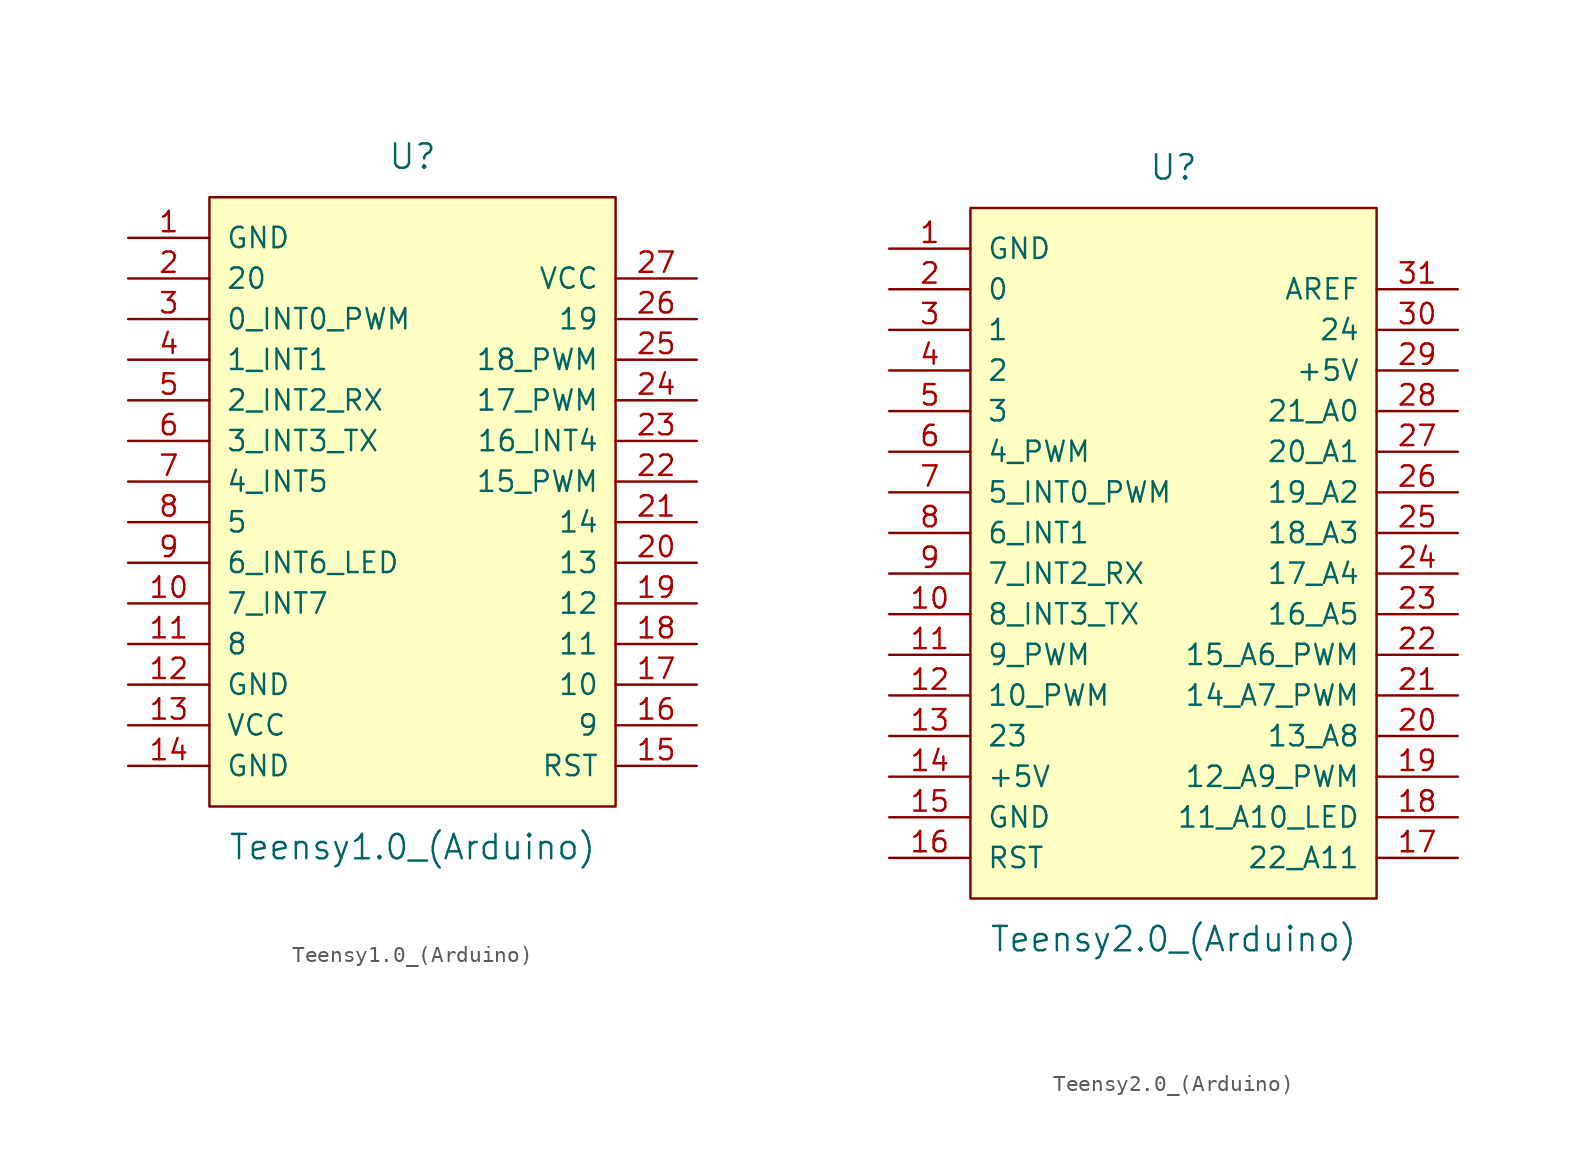
<source format=kicad_sym>
(kicad_symbol_lib
  (version 20211014)
  (generator kicad_symbol_editor)
  (symbol "Teensy1.0_(Arduino)"
    (pin_names
      (offset 1.016))
    (property "Reference" "U"
      (at 0 21.59 0)
      (effects (font (size 1.524 1.524))))
    (property "Value" "Teensy1.0_(Arduino)"
      (at 0 -21.59 0)
      (effects (font (size 1.524 1.524))))
    (property "Footprint" ""
      (at 2.54 -21.59 0)
      (effects (font (size 1.524 1.524))))
    (property "Datasheet" ""
      (at 2.54 -21.59 0)
      (effects (font (size 1.524 1.524))))
    (symbol "Teensy1.0_(Arduino)_0_1"
      (rectangle (start -12.7 19.05) (end 12.7 -19.05) (stroke (width 0) (type default) (color 0 0 0 0)) (fill (type background))))
    (symbol "Teensy1.0_(Arduino)_1_1"
      (pin power_in line (at -17.78 16.51 0) (length 5.08) (name "GND" (effects (font (size 1.27 1.27)))) (number "1" (effects (font (size 1.27 1.27)))))
      (pin bidirectional line (at -17.78 -6.35 0) (length 5.08) (name "7_INT7" (effects (font (size 1.27 1.27)))) (number "10" (effects (font (size 1.27 1.27)))))
      (pin bidirectional line (at -17.78 -8.89 0) (length 5.08) (name "8" (effects (font (size 1.27 1.27)))) (number "11" (effects (font (size 1.27 1.27)))))
      (pin power_in line (at -17.78 -11.43 0) (length 5.08) (name "GND" (effects (font (size 1.27 1.27)))) (number "12" (effects (font (size 1.27 1.27)))))
      (pin power_in line (at -17.78 -13.97 0) (length 5.08) (name "VCC" (effects (font (size 1.27 1.27)))) (number "13" (effects (font (size 1.27 1.27)))))
      (pin power_in line (at -17.78 -16.51 0) (length 5.08) (name "GND" (effects (font (size 1.27 1.27)))) (number "14" (effects (font (size 1.27 1.27)))))
      (pin input line (at 17.78 -16.51 180) (length 5.08) (name "RST" (effects (font (size 1.27 1.27)))) (number "15" (effects (font (size 1.27 1.27)))))
      (pin bidirectional line (at 17.78 -13.97 180) (length 5.08) (name "9" (effects (font (size 1.27 1.27)))) (number "16" (effects (font (size 1.27 1.27)))))
      (pin bidirectional line (at 17.78 -11.43 180) (length 5.08) (name "10" (effects (font (size 1.27 1.27)))) (number "17" (effects (font (size 1.27 1.27)))))
      (pin bidirectional line (at 17.78 -8.89 180) (length 5.08) (name "11" (effects (font (size 1.27 1.27)))) (number "18" (effects (font (size 1.27 1.27)))))
      (pin bidirectional line (at 17.78 -6.35 180) (length 5.08) (name "12" (effects (font (size 1.27 1.27)))) (number "19" (effects (font (size 1.27 1.27)))))
      (pin bidirectional line (at -17.78 13.97 0) (length 5.08) (name "20" (effects (font (size 1.27 1.27)))) (number "2" (effects (font (size 1.27 1.27)))))
      (pin bidirectional line (at 17.78 -3.81 180) (length 5.08) (name "13" (effects (font (size 1.27 1.27)))) (number "20" (effects (font (size 1.27 1.27)))))
      (pin bidirectional line (at 17.78 -1.27 180) (length 5.08) (name "14" (effects (font (size 1.27 1.27)))) (number "21" (effects (font (size 1.27 1.27)))))
      (pin bidirectional line (at 17.78 1.27 180) (length 5.08) (name "15_PWM" (effects (font (size 1.27 1.27)))) (number "22" (effects (font (size 1.27 1.27)))))
      (pin bidirectional line (at 17.78 3.81 180) (length 5.08) (name "16_INT4" (effects (font (size 1.27 1.27)))) (number "23" (effects (font (size 1.27 1.27)))))
      (pin bidirectional line (at 17.78 6.35 180) (length 5.08) (name "17_PWM" (effects (font (size 1.27 1.27)))) (number "24" (effects (font (size 1.27 1.27)))))
      (pin bidirectional line (at 17.78 8.89 180) (length 5.08) (name "18_PWM" (effects (font (size 1.27 1.27)))) (number "25" (effects (font (size 1.27 1.27)))))
      (pin bidirectional line (at 17.78 11.43 180) (length 5.08) (name "19" (effects (font (size 1.27 1.27)))) (number "26" (effects (font (size 1.27 1.27)))))
      (pin power_in line (at 17.78 13.97 180) (length 5.08) (name "VCC" (effects (font (size 1.27 1.27)))) (number "27" (effects (font (size 1.27 1.27)))))
      (pin bidirectional line (at -17.78 11.43 0) (length 5.08) (name "0_INT0_PWM" (effects (font (size 1.27 1.27)))) (number "3" (effects (font (size 1.27 1.27)))))
      (pin bidirectional line (at -17.78 8.89 0) (length 5.08) (name "1_INT1" (effects (font (size 1.27 1.27)))) (number "4" (effects (font (size 1.27 1.27)))))
      (pin bidirectional line (at -17.78 6.35 0) (length 5.08) (name "2_INT2_RX" (effects (font (size 1.27 1.27)))) (number "5" (effects (font (size 1.27 1.27)))))
      (pin bidirectional line (at -17.78 3.81 0) (length 5.08) (name "3_INT3_TX" (effects (font (size 1.27 1.27)))) (number "6" (effects (font (size 1.27 1.27)))))
      (pin bidirectional line (at -17.78 1.27 0) (length 5.08) (name "4_INT5" (effects (font (size 1.27 1.27)))) (number "7" (effects (font (size 1.27 1.27)))))
      (pin bidirectional line (at -17.78 -1.27 0) (length 5.08) (name "5" (effects (font (size 1.27 1.27)))) (number "8" (effects (font (size 1.27 1.27)))))
      (pin bidirectional line (at -17.78 -3.81 0) (length 5.08) (name "6_INT6_LED" (effects (font (size 1.27 1.27)))) (number "9" (effects (font (size 1.27 1.27)))))))
  (symbol "Teensy2.0_(Arduino)"
    (pin_names
      (offset 1.016))
    (property "Reference" "U"
      (at 0 24.13 0)
      (effects (font (size 1.524 1.524))))
    (property "Value" "Teensy2.0_(Arduino)"
      (at 0 -24.13 0)
      (effects (font (size 1.524 1.524))))
    (property "Footprint" ""
      (at 2.54 -26.67 0)
      (effects (font (size 1.524 1.524))))
    (property "Datasheet" ""
      (at 2.54 -26.67 0)
      (effects (font (size 1.524 1.524))))
    (symbol "Teensy2.0_(Arduino)_0_1"
      (rectangle (start -12.7 21.59) (end 12.7 -21.59) (stroke (width 0) (type default) (color 0 0 0 0)) (fill (type background))))
    (symbol "Teensy2.0_(Arduino)_1_1"
      (pin power_in line (at -17.78 19.05 0) (length 5.08) (name "GND" (effects (font (size 1.27 1.27)))) (number "1" (effects (font (size 1.27 1.27)))))
      (pin bidirectional line (at -17.78 -3.81 0) (length 5.08) (name "8_INT3_TX" (effects (font (size 1.27 1.27)))) (number "10" (effects (font (size 1.27 1.27)))))
      (pin bidirectional line (at -17.78 -6.35 0) (length 5.08) (name "9_PWM" (effects (font (size 1.27 1.27)))) (number "11" (effects (font (size 1.27 1.27)))))
      (pin bidirectional line (at -17.78 -8.89 0) (length 5.08) (name "10_PWM" (effects (font (size 1.27 1.27)))) (number "12" (effects (font (size 1.27 1.27)))))
      (pin bidirectional line (at -17.78 -11.43 0) (length 5.08) (name "23" (effects (font (size 1.27 1.27)))) (number "13" (effects (font (size 1.27 1.27)))))
      (pin power_in line (at -17.78 -13.97 0) (length 5.08) (name "+5V" (effects (font (size 1.27 1.27)))) (number "14" (effects (font (size 1.27 1.27)))))
      (pin power_in line (at -17.78 -16.51 0) (length 5.08) (name "GND" (effects (font (size 1.27 1.27)))) (number "15" (effects (font (size 1.27 1.27)))))
      (pin input line (at -17.78 -19.05 0) (length 5.08) (name "RST" (effects (font (size 1.27 1.27)))) (number "16" (effects (font (size 1.27 1.27)))))
      (pin bidirectional line (at 17.78 -19.05 180) (length 5.08) (name "22_A11" (effects (font (size 1.27 1.27)))) (number "17" (effects (font (size 1.27 1.27)))))
      (pin bidirectional line (at 17.78 -16.51 180) (length 5.08) (name "11_A10_LED" (effects (font (size 1.27 1.27)))) (number "18" (effects (font (size 1.27 1.27)))))
      (pin bidirectional line (at 17.78 -13.97 180) (length 5.08) (name "12_A9_PWM" (effects (font (size 1.27 1.27)))) (number "19" (effects (font (size 1.27 1.27)))))
      (pin bidirectional line (at -17.78 16.51 0) (length 5.08) (name "0" (effects (font (size 1.27 1.27)))) (number "2" (effects (font (size 1.27 1.27)))))
      (pin bidirectional line (at 17.78 -11.43 180) (length 5.08) (name "13_A8" (effects (font (size 1.27 1.27)))) (number "20" (effects (font (size 1.27 1.27)))))
      (pin bidirectional line (at 17.78 -8.89 180) (length 5.08) (name "14_A7_PWM" (effects (font (size 1.27 1.27)))) (number "21" (effects (font (size 1.27 1.27)))))
      (pin bidirectional line (at 17.78 -6.35 180) (length 5.08) (name "15_A6_PWM" (effects (font (size 1.27 1.27)))) (number "22" (effects (font (size 1.27 1.27)))))
      (pin bidirectional line (at 17.78 -3.81 180) (length 5.08) (name "16_A5" (effects (font (size 1.27 1.27)))) (number "23" (effects (font (size 1.27 1.27)))))
      (pin bidirectional line (at 17.78 -1.27 180) (length 5.08) (name "17_A4" (effects (font (size 1.27 1.27)))) (number "24" (effects (font (size 1.27 1.27)))))
      (pin bidirectional line (at 17.78 1.27 180) (length 5.08) (name "18_A3" (effects (font (size 1.27 1.27)))) (number "25" (effects (font (size 1.27 1.27)))))
      (pin bidirectional line (at 17.78 3.81 180) (length 5.08) (name "19_A2" (effects (font (size 1.27 1.27)))) (number "26" (effects (font (size 1.27 1.27)))))
      (pin bidirectional line (at 17.78 6.35 180) (length 5.08) (name "20_A1" (effects (font (size 1.27 1.27)))) (number "27" (effects (font (size 1.27 1.27)))))
      (pin bidirectional line (at 17.78 8.89 180) (length 5.08) (name "21_A0" (effects (font (size 1.27 1.27)))) (number "28" (effects (font (size 1.27 1.27)))))
      (pin power_in line (at 17.78 11.43 180) (length 5.08) (name "+5V" (effects (font (size 1.27 1.27)))) (number "29" (effects (font (size 1.27 1.27)))))
      (pin bidirectional line (at -17.78 13.97 0) (length 5.08) (name "1" (effects (font (size 1.27 1.27)))) (number "3" (effects (font (size 1.27 1.27)))))
      (pin bidirectional line (at 17.78 13.97 180) (length 5.08) (name "24" (effects (font (size 1.27 1.27)))) (number "30" (effects (font (size 1.27 1.27)))))
      (pin input line (at 17.78 16.51 180) (length 5.08) (name "AREF" (effects (font (size 1.27 1.27)))) (number "31" (effects (font (size 1.27 1.27)))))
      (pin bidirectional line (at -17.78 11.43 0) (length 5.08) (name "2" (effects (font (size 1.27 1.27)))) (number "4" (effects (font (size 1.27 1.27)))))
      (pin bidirectional line (at -17.78 8.89 0) (length 5.08) (name "3" (effects (font (size 1.27 1.27)))) (number "5" (effects (font (size 1.27 1.27)))))
      (pin bidirectional line (at -17.78 6.35 0) (length 5.08) (name "4_PWM" (effects (font (size 1.27 1.27)))) (number "6" (effects (font (size 1.27 1.27)))))
      (pin bidirectional line (at -17.78 3.81 0) (length 5.08) (name "5_INT0_PWM" (effects (font (size 1.27 1.27)))) (number "7" (effects (font (size 1.27 1.27)))))
      (pin bidirectional line (at -17.78 1.27 0) (length 5.08) (name "6_INT1" (effects (font (size 1.27 1.27)))) (number "8" (effects (font (size 1.27 1.27)))))
      (pin bidirectional line (at -17.78 -1.27 0) (length 5.08) (name "7_INT2_RX" (effects (font (size 1.27 1.27)))) (number "9" (effects (font (size 1.27 1.27))))))))
</source>
